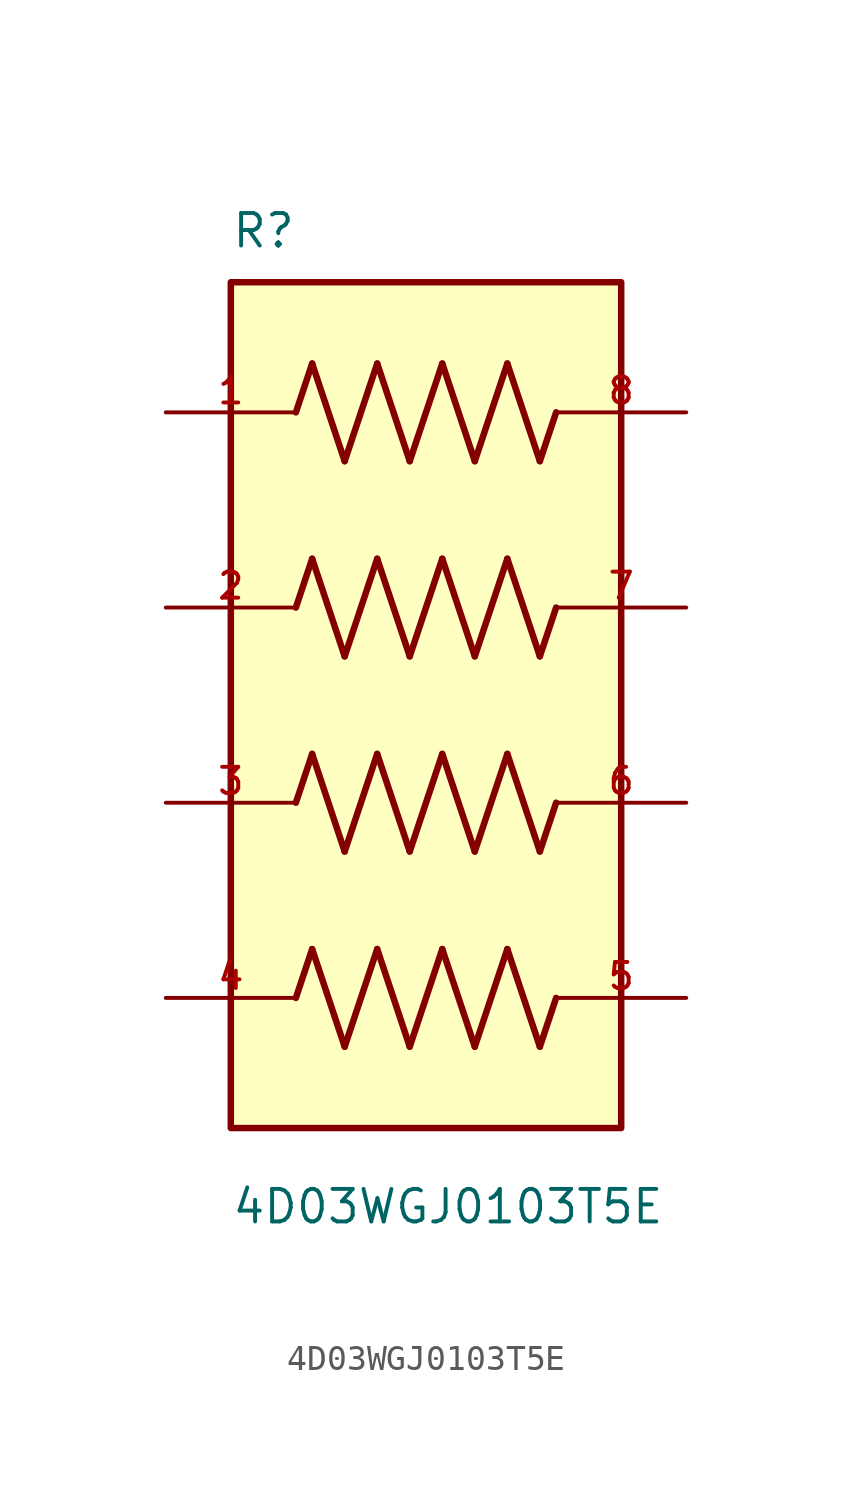
<source format=kicad_sym>
(kicad_symbol_lib
  (version 20241209)
  (generator "kicad_symbol_editor")
  (generator_version "9.0")
  (symbol "4D03WGJ0103T5E"
    (pin_names
      (offset 1.016))
    (property "Reference" "R"
      (at -7.62 16.51 0)
      (effects (font (size 1.27 1.27)) (justify left bottom)))
    (property "Value" "4D03WGJ0103T5E"
      (at -7.62 -21.59 0)
      (effects (font (size 1.27 1.27)) (justify left bottom)))
    (symbol "4D03WGJ0103T5E_0_0"
      (rectangle (start -7.62 -17.78) (end 7.62 15.24) (stroke (width 0.254) (type default)) (fill (type background)))
      (polyline (pts (xy -5.08 10.16) (xy -4.445 12.065)) (stroke (width 0.254) (type default)) (fill (type none)))
      (polyline (pts (xy -5.08 2.54) (xy -4.445 4.445)) (stroke (width 0.254) (type default)) (fill (type none)))
      (polyline (pts (xy -5.08 -5.08) (xy -4.445 -3.175)) (stroke (width 0.254) (type default)) (fill (type none)))
      (polyline (pts (xy -5.08 -12.7) (xy -4.445 -10.795)) (stroke (width 0.254) (type default)) (fill (type none)))
      (polyline (pts (xy -4.445 12.065) (xy -3.175 8.255)) (stroke (width 0.254) (type default)) (fill (type none)))
      (polyline (pts (xy -4.445 4.445) (xy -3.175 0.635)) (stroke (width 0.254) (type default)) (fill (type none)))
      (polyline (pts (xy -4.445 -3.175) (xy -3.175 -6.985)) (stroke (width 0.254) (type default)) (fill (type none)))
      (polyline (pts (xy -4.445 -10.795) (xy -3.175 -14.605)) (stroke (width 0.254) (type default)) (fill (type none)))
      (polyline (pts (xy -3.175 8.255) (xy -1.905 12.065)) (stroke (width 0.254) (type default)) (fill (type none)))
      (polyline (pts (xy -3.175 0.635) (xy -1.905 4.445)) (stroke (width 0.254) (type default)) (fill (type none)))
      (polyline (pts (xy -3.175 -6.985) (xy -1.905 -3.175)) (stroke (width 0.254) (type default)) (fill (type none)))
      (polyline (pts (xy -3.175 -14.605) (xy -1.905 -10.795)) (stroke (width 0.254) (type default)) (fill (type none)))
      (polyline (pts (xy -1.905 12.065) (xy -0.635 8.255)) (stroke (width 0.254) (type default)) (fill (type none)))
      (polyline (pts (xy -1.905 4.445) (xy -0.635 0.635)) (stroke (width 0.254) (type default)) (fill (type none)))
      (polyline (pts (xy -1.905 -3.175) (xy -0.635 -6.985)) (stroke (width 0.254) (type default)) (fill (type none)))
      (polyline (pts (xy -1.905 -10.795) (xy -0.635 -14.605)) (stroke (width 0.254) (type default)) (fill (type none)))
      (polyline (pts (xy -0.635 8.255) (xy 0.635 12.065)) (stroke (width 0.254) (type default)) (fill (type none)))
      (polyline (pts (xy -0.635 0.635) (xy 0.635 4.445)) (stroke (width 0.254) (type default)) (fill (type none)))
      (polyline (pts (xy -0.635 -6.985) (xy 0.635 -3.175)) (stroke (width 0.254) (type default)) (fill (type none)))
      (polyline (pts (xy -0.635 -14.605) (xy 0.635 -10.795)) (stroke (width 0.254) (type default)) (fill (type none)))
      (polyline (pts (xy 0.635 12.065) (xy 1.905 8.255)) (stroke (width 0.254) (type default)) (fill (type none)))
      (polyline (pts (xy 0.635 4.445) (xy 1.905 0.635)) (stroke (width 0.254) (type default)) (fill (type none)))
      (polyline (pts (xy 0.635 -3.175) (xy 1.905 -6.985)) (stroke (width 0.254) (type default)) (fill (type none)))
      (polyline (pts (xy 0.635 -10.795) (xy 1.905 -14.605)) (stroke (width 0.254) (type default)) (fill (type none)))
      (polyline (pts (xy 1.905 8.255) (xy 3.175 12.065)) (stroke (width 0.254) (type default)) (fill (type none)))
      (polyline (pts (xy 1.905 0.635) (xy 3.175 4.445)) (stroke (width 0.254) (type default)) (fill (type none)))
      (polyline (pts (xy 1.905 -6.985) (xy 3.175 -3.175)) (stroke (width 0.254) (type default)) (fill (type none)))
      (polyline (pts (xy 1.905 -14.605) (xy 3.175 -10.795)) (stroke (width 0.254) (type default)) (fill (type none)))
      (polyline (pts (xy 3.175 12.065) (xy 4.445 8.255)) (stroke (width 0.254) (type default)) (fill (type none)))
      (polyline (pts (xy 3.175 4.445) (xy 4.445 0.635)) (stroke (width 0.254) (type default)) (fill (type none)))
      (polyline (pts (xy 3.175 -3.175) (xy 4.445 -6.985)) (stroke (width 0.254) (type default)) (fill (type none)))
      (polyline (pts (xy 3.175 -10.795) (xy 4.445 -14.605)) (stroke (width 0.254) (type default)) (fill (type none)))
      (polyline (pts (xy 4.445 8.255) (xy 5.08 10.16)) (stroke (width 0.254) (type default)) (fill (type none)))
      (polyline (pts (xy 4.445 0.635) (xy 5.08 2.54)) (stroke (width 0.254) (type default)) (fill (type none)))
      (polyline (pts (xy 4.445 -6.985) (xy 5.08 -5.08)) (stroke (width 0.254) (type default)) (fill (type none)))
      (polyline (pts (xy 4.445 -14.605) (xy 5.08 -12.7)) (stroke (width 0.254) (type default)) (fill (type none)))
      (pin passive line (at -10.16 10.16 0) (length 5.08) (name "~" (effects (font (size 1.016 1.016)))) (number "1" (effects (font (size 1.016 1.016)))))
      (pin passive line (at -10.16 2.54 0) (length 5.08) (name "~" (effects (font (size 1.016 1.016)))) (number "2" (effects (font (size 1.016 1.016)))))
      (pin passive line (at -10.16 -5.08 0) (length 5.08) (name "~" (effects (font (size 1.016 1.016)))) (number "3" (effects (font (size 1.016 1.016)))))
      (pin passive line (at -10.16 -12.7 0) (length 5.08) (name "~" (effects (font (size 1.016 1.016)))) (number "4" (effects (font (size 1.016 1.016)))))
      (pin passive line (at 10.16 10.16 180) (length 5.08) (name "~" (effects (font (size 1.016 1.016)))) (number "8" (effects (font (size 1.016 1.016)))))
      (pin passive line (at 10.16 2.54 180) (length 5.08) (name "~" (effects (font (size 1.016 1.016)))) (number "7" (effects (font (size 1.016 1.016)))))
      (pin passive line (at 10.16 -5.08 180) (length 5.08) (name "~" (effects (font (size 1.016 1.016)))) (number "6" (effects (font (size 1.016 1.016)))))
      (pin passive line (at 10.16 -12.7 180) (length 5.08) (name "~" (effects (font (size 1.016 1.016)))) (number "5" (effects (font (size 1.016 1.016))))))))
</source>
